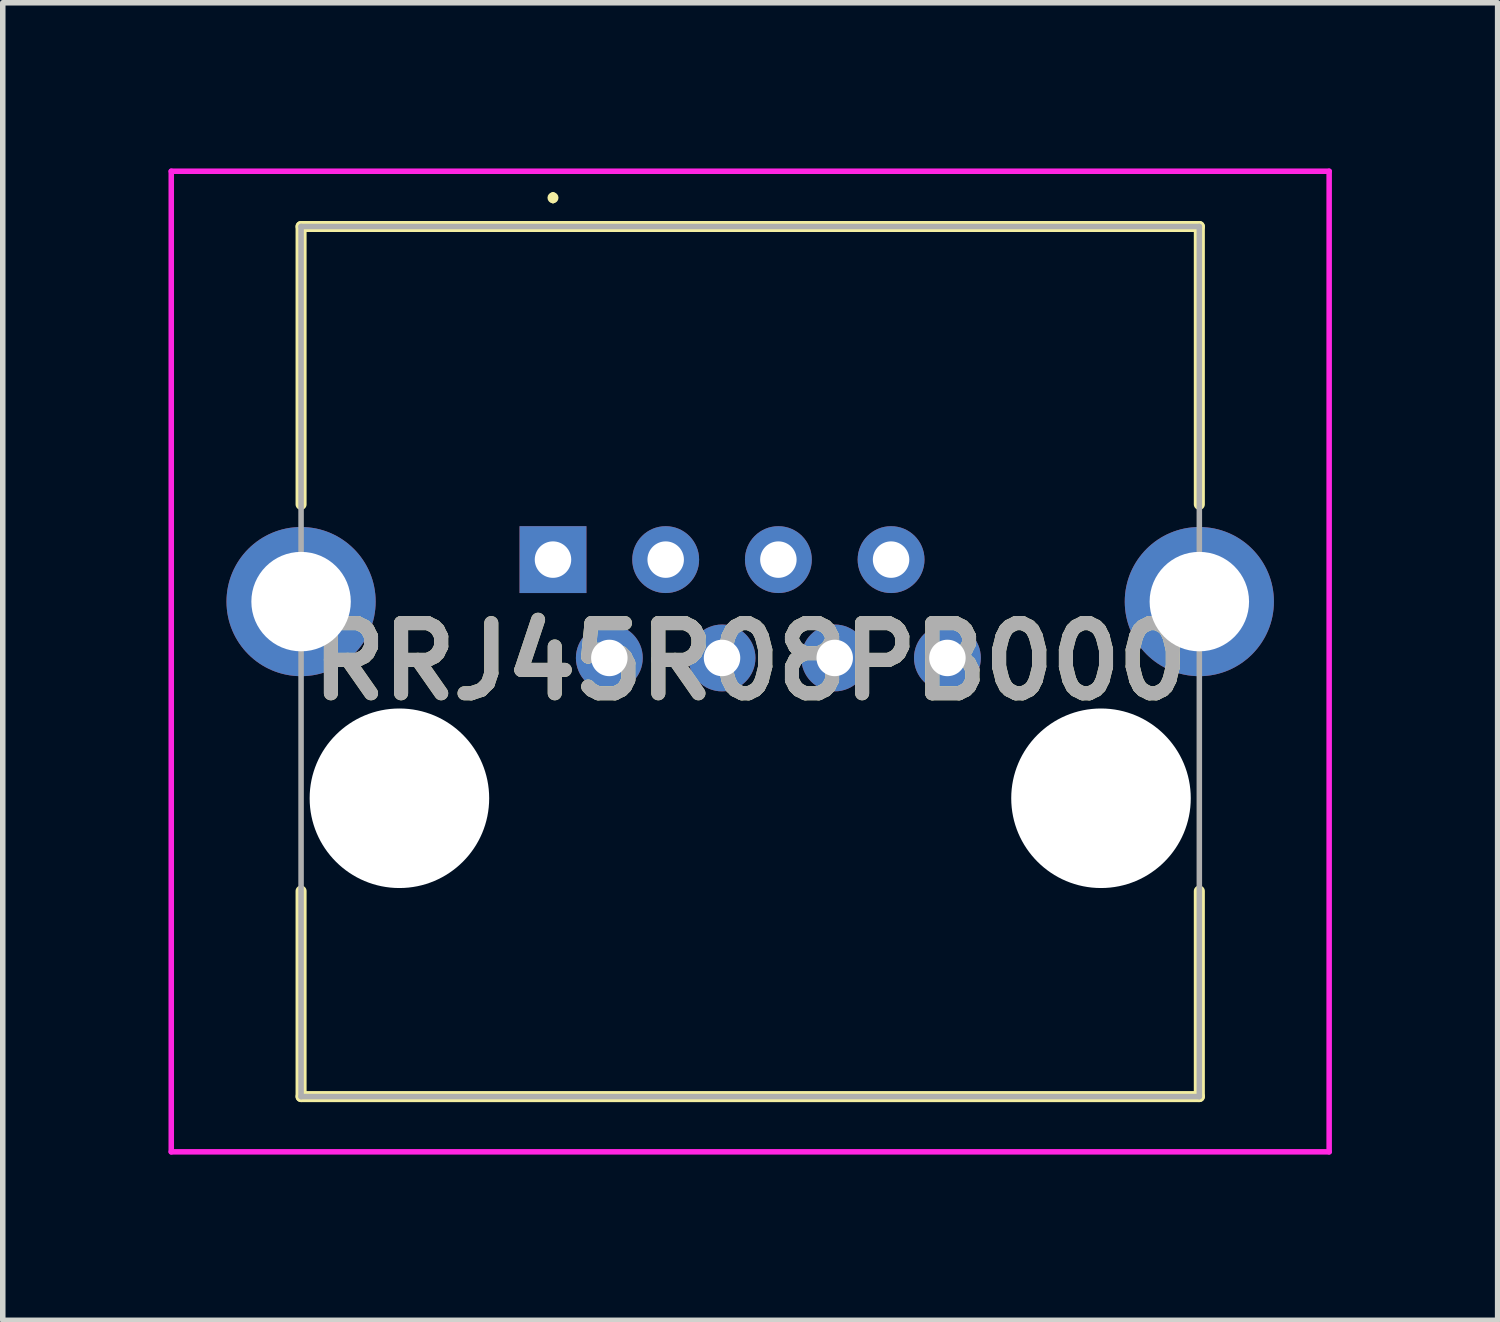
<source format=kicad_pcb>
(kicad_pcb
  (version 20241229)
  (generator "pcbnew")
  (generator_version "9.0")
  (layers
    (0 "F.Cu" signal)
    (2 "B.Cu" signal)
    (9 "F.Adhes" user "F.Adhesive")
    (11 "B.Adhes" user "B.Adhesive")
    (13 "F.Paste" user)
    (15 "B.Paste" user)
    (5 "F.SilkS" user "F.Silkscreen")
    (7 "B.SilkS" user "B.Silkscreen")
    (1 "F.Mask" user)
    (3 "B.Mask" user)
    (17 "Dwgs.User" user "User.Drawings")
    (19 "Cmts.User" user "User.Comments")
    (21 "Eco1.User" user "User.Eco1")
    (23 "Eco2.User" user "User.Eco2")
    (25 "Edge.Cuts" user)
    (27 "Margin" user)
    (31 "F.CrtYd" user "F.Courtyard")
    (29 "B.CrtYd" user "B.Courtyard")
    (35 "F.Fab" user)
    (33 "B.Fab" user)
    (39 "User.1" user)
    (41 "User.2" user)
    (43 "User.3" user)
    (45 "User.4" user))
  (footprint "RRJ45R08PB000"
    (layer "F.Cu")
    (at 6.96 7.08)
    (property "Reference" "RRJ45R08PB000" (at 3.57 1.845 0) (layer "F.SilkS") (effects (font (size 1.27 1.27) (thickness 0.254))))
    (attr through_hole)
    (fp_line (start -4.56 -6.03) (end 11.7 -6.03) (stroke (width 0.2) (type solid)) (layer "F.SilkS"))
    (fp_line (start -4.56 -1) (end -4.56 -6.03) (stroke (width 0.2) (type solid)) (layer "F.SilkS"))
    (fp_line (start -4.56 6) (end -4.56 9.72) (stroke (width 0.2) (type solid)) (layer "F.SilkS"))
    (fp_line (start -4.56 9.72) (end 11.7 9.72) (stroke (width 0.2) (type solid)) (layer "F.SilkS"))
    (fp_line (start 0 -6.6) (end 0 -6.6) (stroke (width 0.1) (type solid)) (layer "F.SilkS"))
    (fp_line (start 0 -6.5) (end 0 -6.5) (stroke (width 0.1) (type solid)) (layer "F.SilkS"))
    (fp_line (start 11.7 -6.03) (end 11.7 -1) (stroke (width 0.2) (type solid)) (layer "F.SilkS"))
    (fp_line (start 11.7 9.72) (end 11.7 6) (stroke (width 0.2) (type solid)) (layer "F.SilkS"))
    (fp_arc (start 0 -6.6) (mid 0.05 -6.55) (end 0 -6.5) (stroke (width 0.1) (type solid)) (layer "F.SilkS"))
    (fp_arc (start 0 -6.5) (mid -0.05 -6.55) (end 0 -6.6) (stroke (width 0.1) (type solid)) (layer "F.SilkS"))
    (fp_line (start -6.91 -7.03) (end 14.05 -7.03) (stroke (width 0.1) (type solid)) (layer "F.CrtYd"))
    (fp_line (start -6.91 10.72) (end -6.91 -7.03) (stroke (width 0.1) (type solid)) (layer "F.CrtYd"))
    (fp_line (start 14.05 -7.03) (end 14.05 10.72) (stroke (width 0.1) (type solid)) (layer "F.CrtYd"))
    (fp_line (start 14.05 10.72) (end -6.91 10.72) (stroke (width 0.1) (type solid)) (layer "F.CrtYd"))
    (fp_line (start -4.56 -6.03) (end 11.7 -6.03) (stroke (width 0.1) (type solid)) (layer "F.Fab"))
    (fp_line (start -4.56 9.72) (end -4.56 -6.03) (stroke (width 0.1) (type solid)) (layer "F.Fab"))
    (fp_line (start 11.7 -6.03) (end 11.7 9.72) (stroke (width 0.1) (type solid)) (layer "F.Fab"))
    (fp_line (start 11.7 9.72) (end -4.56 9.72) (stroke (width 0.1) (type solid)) (layer "F.Fab"))
    (fp_text user "${REFERENCE}" (at 3.57 1.845 0) (layer "F.Fab") (effects (font (size 1.27 1.27) (thickness 0.254))))
    (pad "" np_thru_hole circle (at -2.78 4.32) (size 3.25 3.25) (drill 3.25) (layers "*.Cu" "*.Mask"))
    (pad "" np_thru_hole circle (at 9.92 4.32) (size 3.25 3.25) (drill 3.25) (layers "*.Cu" "*.Mask"))
    (pad "1" thru_hole circle (at 7.14 1.78) (size 1.21 1.21) (drill 0.66) (layers "*.Cu" "*.Mask"))
    (pad "2" thru_hole circle (at 6.12 0) (size 1.21 1.21) (drill 0.66) (layers "*.Cu" "*.Mask"))
    (pad "3" thru_hole circle (at 5.1 1.78) (size 1.21 1.21) (drill 0.66) (layers "*.Cu" "*.Mask"))
    (pad "4" thru_hole circle (at 4.08 0) (size 1.21 1.21) (drill 0.66) (layers "*.Cu" "*.Mask"))
    (pad "5" thru_hole circle (at 3.06 1.78) (size 1.21 1.21) (drill 0.66) (layers "*.Cu" "*.Mask"))
    (pad "6" thru_hole circle (at 2.04 0) (size 1.21 1.21) (drill 0.66) (layers "*.Cu" "*.Mask"))
    (pad "7" thru_hole circle (at 1.02 1.78) (size 1.21 1.21) (drill 0.66) (layers "*.Cu" "*.Mask"))
    (pad "8" thru_hole rect (at 0 0) (size 1.21 1.21) (drill 0.66) (layers "*.Cu" "*.Mask"))
    (pad "MH3" thru_hole circle (at -4.56 0.76) (size 2.7 2.7) (drill 1.8) (layers "*.Cu" "*.Mask"))
    (pad "MH4" thru_hole circle (at 11.7 0.76) (size 2.7 2.7) (drill 1.8) (layers "*.Cu" "*.Mask")))
  (gr_rect
    (start -3 -3)
    (end 24.06 20.85)
    (stroke (width 0.1) (type default))
    (fill no)
    (layer "Edge.Cuts")))
</source>
